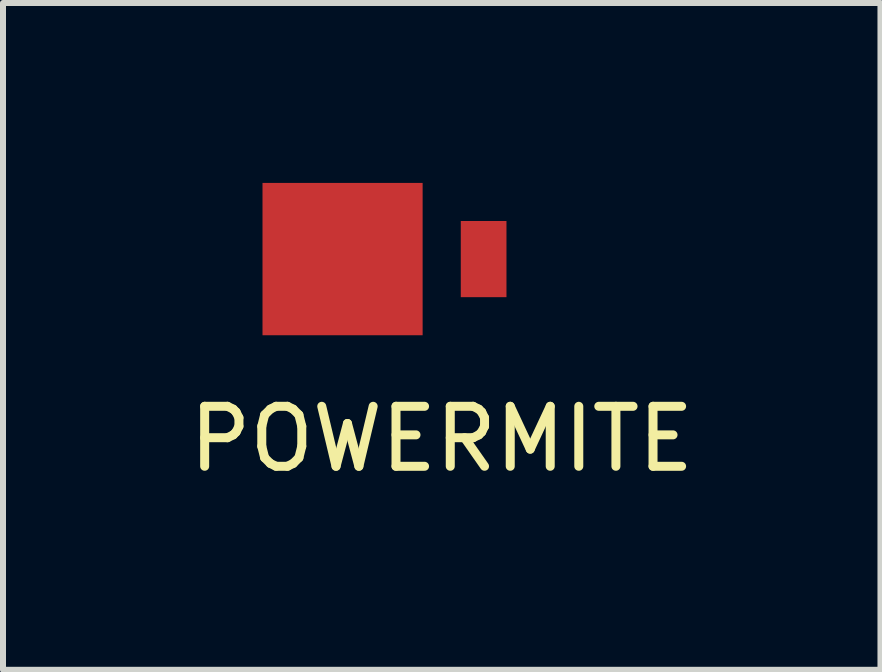
<source format=kicad_pcb>
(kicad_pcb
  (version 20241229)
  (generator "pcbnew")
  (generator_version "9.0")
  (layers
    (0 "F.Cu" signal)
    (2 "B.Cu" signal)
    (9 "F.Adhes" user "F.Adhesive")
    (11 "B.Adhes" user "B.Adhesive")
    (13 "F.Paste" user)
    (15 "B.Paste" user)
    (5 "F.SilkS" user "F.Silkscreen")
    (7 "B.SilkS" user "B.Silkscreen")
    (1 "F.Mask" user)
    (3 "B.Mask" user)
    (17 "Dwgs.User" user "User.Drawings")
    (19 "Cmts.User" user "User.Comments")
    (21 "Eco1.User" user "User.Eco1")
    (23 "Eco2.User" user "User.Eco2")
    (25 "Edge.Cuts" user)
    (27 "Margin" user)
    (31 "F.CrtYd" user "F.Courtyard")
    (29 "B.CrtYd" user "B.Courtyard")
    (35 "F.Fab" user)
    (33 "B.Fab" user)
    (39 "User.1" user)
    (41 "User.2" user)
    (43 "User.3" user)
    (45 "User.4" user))
  (footprint "POWERMITE"
    (layer "F.Cu")
    (at 4.315 1.27)
    (property "Reference" "POWERMITE" (at 0 3 0) (layer "F.SilkS") (effects (font (size 1 1) (thickness 0.15))))
    (attr through_hole)
    (pad "1" smd rect (at -1.653 0) (size 2.67 2.54) (layers "F.Cu" "F.Mask" "F.Paste"))
    (pad "2" smd rect (at 0.699 0) (size 0.762 1.27) (layers "F.Cu" "F.Mask" "F.Paste")))
  (gr_rect
    (start -3 -3)
    (end 11.631 8.118)
    (stroke (width 0.1) (type default))
    (fill no)
    (layer "Edge.Cuts")))
</source>
